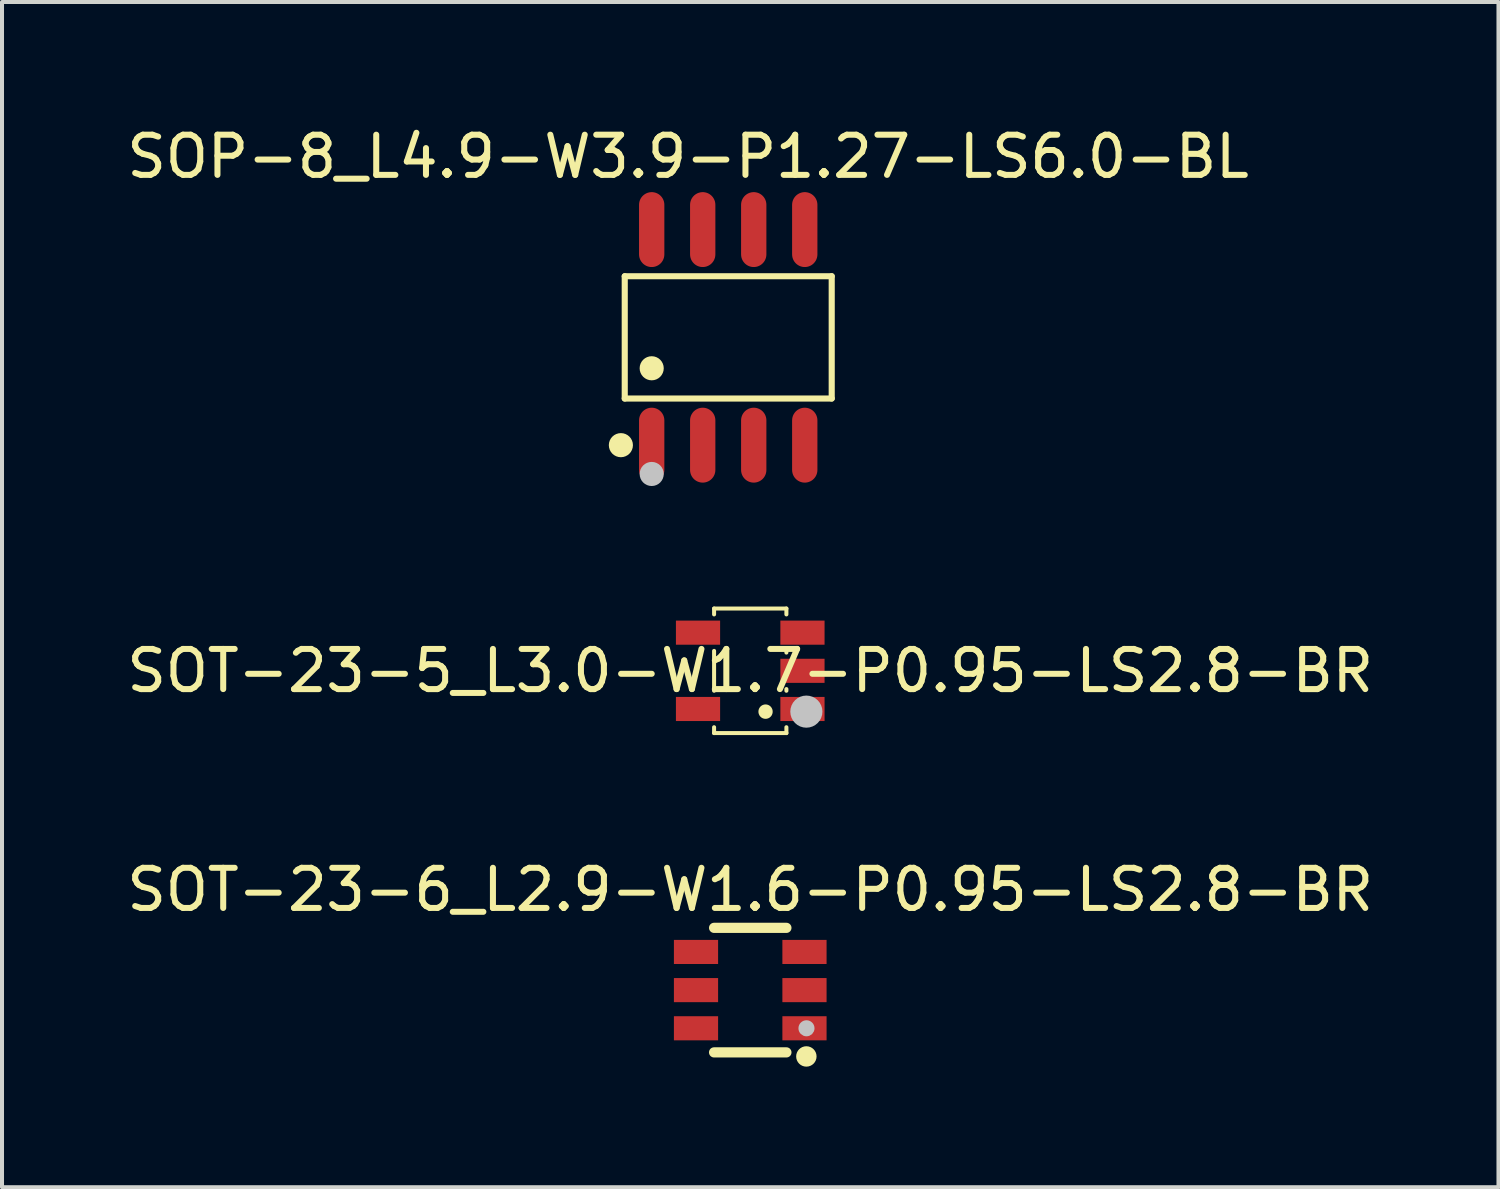
<source format=kicad_pcb>
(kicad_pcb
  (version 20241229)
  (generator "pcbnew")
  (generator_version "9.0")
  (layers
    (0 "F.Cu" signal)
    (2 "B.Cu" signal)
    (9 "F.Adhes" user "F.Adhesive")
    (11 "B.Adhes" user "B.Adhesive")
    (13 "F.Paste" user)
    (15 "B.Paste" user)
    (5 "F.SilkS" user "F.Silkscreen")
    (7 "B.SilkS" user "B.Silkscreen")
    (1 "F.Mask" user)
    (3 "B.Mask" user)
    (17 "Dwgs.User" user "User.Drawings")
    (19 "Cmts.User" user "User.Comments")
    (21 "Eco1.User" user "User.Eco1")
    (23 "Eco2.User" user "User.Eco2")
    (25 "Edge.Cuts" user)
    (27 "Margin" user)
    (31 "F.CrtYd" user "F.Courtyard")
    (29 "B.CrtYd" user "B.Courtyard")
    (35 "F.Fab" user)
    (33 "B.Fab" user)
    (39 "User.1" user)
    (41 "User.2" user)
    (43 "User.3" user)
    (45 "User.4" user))
  (footprint "SOT-23-5_L3.0-W1.7-P0.95-LS2.8-BR"
    (layer "F.Cu")
    (at 15.625 13.648)
    (property "Reference" "SOT-23-5_L3.0-W1.7-P0.95-LS2.8-BR" (at 0 0 0) (layer "F.SilkS") (effects (font (size 1 1) (thickness 0.15))))
    (fp_line (start -0.9 -1.55) (end -0.9 -1.404) (stroke (width 0.1) (type default)) (layer "F.SilkS"))
    (fp_line (start -0.9 -1.55) (end 0.9 -1.55) (stroke (width 0.1) (type default)) (layer "F.SilkS"))
    (fp_line (start -0.9 -0.496) (end -0.9 0.496) (stroke (width 0.1) (type default)) (layer "F.SilkS"))
    (fp_line (start -0.9 1.404) (end -0.9 1.55) (stroke (width 0.1) (type default)) (layer "F.SilkS"))
    (fp_line (start -0.9 1.55) (end 0.9 1.55) (stroke (width 0.1) (type default)) (layer "F.SilkS"))
    (fp_line (start 0.9 -1.55) (end 0.9 -1.404) (stroke (width 0.1) (type default)) (layer "F.SilkS"))
    (fp_line (start 0.9 -0.496) (end 0.9 -0.454) (stroke (width 0.1) (type default)) (layer "F.SilkS"))
    (fp_line (start 0.9 0.454) (end 0.9 0.496) (stroke (width 0.1) (type default)) (layer "F.SilkS"))
    (fp_line (start 0.9 1.404) (end 0.9 1.55) (stroke (width 0.1) (type default)) (layer "F.SilkS"))
    (fp_poly (pts (arc (start 0.204 1.016) (mid 0.381 0.836989) (end 0.558 1.016)) (arc (start 0.558 1.016) (mid 0.381 1.195011) (end 0.204 1.016))) (stroke (width 0) (type default)) (fill yes) (layer "F.SilkS"))
    (fp_circle (center 1.397 1.016) (end 1.597 1.016) (stroke (width 0.4) (type default)) (fill no) (layer "Dwgs.User"))
    (fp_poly (pts (xy -1.4 -0.75) (xy -1.4 -1.15) (xy -0.95 -1.15) (xy -0.95 -0.75)) (stroke (width 0.1) (type default)) (fill no) (layer "User.1"))
    (fp_poly (pts (xy -1.4 1.15) (xy -1.4 0.75) (xy -0.95 0.75) (xy -0.95 1.15)) (stroke (width 0.1) (type default)) (fill no) (layer "User.1"))
    (fp_poly (pts (xy -0.96 -0.75) (xy -0.96 -1.15) (xy -0.79 -1.15) (xy -0.79 -0.75)) (stroke (width 0.1) (type default)) (fill no) (layer "User.1"))
    (fp_poly (pts (xy -0.96 1.15) (xy -0.96 0.75) (xy -0.79 0.75) (xy -0.79 1.15)) (stroke (width 0.1) (type default)) (fill no) (layer "User.1"))
    (fp_poly (pts (xy 0.79 -0.75) (xy 0.79 -1.15) (xy 0.96 -1.15) (xy 0.96 -0.75)) (stroke (width 0.1) (type default)) (fill no) (layer "User.1"))
    (fp_poly (pts (xy 0.79 0.2) (xy 0.79 -0.2) (xy 0.96 -0.2) (xy 0.96 0.2)) (stroke (width 0.1) (type default)) (fill no) (layer "User.1"))
    (fp_poly (pts (xy 0.79 1.15) (xy 0.79 0.75) (xy 0.96 0.75) (xy 0.96 1.15)) (stroke (width 0.1) (type default)) (fill no) (layer "User.1"))
    (fp_poly (pts (xy 0.95 -0.75) (xy 0.95 -1.15) (xy 1.4 -1.15) (xy 1.4 -0.75)) (stroke (width 0.1) (type default)) (fill no) (layer "User.1"))
    (fp_poly (pts (xy 0.95 0.2) (xy 0.95 -0.2) (xy 1.4 -0.2) (xy 1.4 0.2)) (stroke (width 0.1) (type default)) (fill no) (layer "User.1"))
    (fp_poly (pts (xy 0.95 1.15) (xy 0.95 0.75) (xy 1.4 0.75) (xy 1.4 1.15)) (stroke (width 0.1) (type default)) (fill no) (layer "User.1"))
    (fp_line (start -0.8 -1.45) (end 0.8 -1.45) (stroke (width 0.051) (type default)) (layer "User.2"))
    (fp_line (start -0.8 1.45) (end -0.8 -1.45) (stroke (width 0.051) (type default)) (layer "User.2"))
    (fp_line (start 0.8 -1.45) (end 0.8 1.45) (stroke (width 0.051) (type default)) (layer "User.2"))
    (fp_line (start 0.8 1.45) (end -0.8 1.45) (stroke (width 0.051) (type default)) (layer "User.2"))
    (fp_poly (pts (xy 1.46 1.45) (xy 1.442 1.408) (xy 1.4 1.39) (xy 1.358 1.408) (xy 1.34 1.45) (xy 1.358 1.492) (xy 1.4 1.51) (xy 1.442 1.492)) (stroke (width 0.1) (type default)) (fill no) (layer "User.3"))
    (pad "1" smd rect (at 1.3 0.95) (size 1.1 0.6) (layers "F.Cu" "F.Mask" "F.Paste"))
    (pad "2" smd rect (at 1.3 0) (size 1.1 0.6) (layers "F.Cu" "F.Mask" "F.Paste"))
    (pad "3" smd rect (at 1.3 -0.95) (size 1.1 0.6) (layers "F.Cu" "F.Mask" "F.Paste"))
    (pad "4" smd rect (at -1.3 -0.95) (size 1.1 0.6) (layers "F.Cu" "F.Mask" "F.Paste"))
    (pad "5" smd rect (at -1.3 0.95) (size 1.1 0.6) (layers "F.Cu" "F.Mask" "F.Paste")))
  (footprint "SOP-8_L4.9-W3.9-P1.27-LS6.0-BL"
    (layer "F.Cu")
    (at 15.077 5.348)
    (property "Reference" "SOP-8_L4.9-W3.9-P1.27-LS6.0-BL" (at -1 -4.5 0) (layer "F.SilkS") (effects (font (size 1 1) (thickness 0.15))))
    (fp_line (start -2.576 -1.522) (end 2.576 -1.522) (stroke (width 0.152) (type default)) (layer "F.SilkS"))
    (fp_line (start -2.576 1.522) (end -2.576 -1.522) (stroke (width 0.152) (type default)) (layer "F.SilkS"))
    (fp_line (start 2.576 -1.522) (end 2.576 1.522) (stroke (width 0.152) (type default)) (layer "F.SilkS"))
    (fp_line (start 2.576 1.522) (end -2.576 1.522) (stroke (width 0.152) (type default)) (layer "F.SilkS"))
    (fp_circle (center -2.672 2.683) (end -2.522 2.683) (stroke (width 0.3) (type default)) (fill no) (layer "F.SilkS"))
    (fp_circle (center -1.905 0.769) (end -1.755 0.769) (stroke (width 0.3) (type default)) (fill no) (layer "F.SilkS"))
    (fp_circle (center -1.905 3.4) (end -1.755 3.4) (stroke (width 0.3) (type default)) (fill no) (layer "Dwgs.User"))
    (fp_poly (pts (xy -2.115 -2.165) (xy -2.115 -3) (xy -1.695 -3) (xy -1.695 -2.165)) (stroke (width 0.1) (type default)) (fill no) (layer "User.1"))
    (fp_poly (pts (xy -2.115 -1.94) (xy -2.115 -2.175) (xy -1.695 -2.175) (xy -1.695 -1.94)) (stroke (width 0.1) (type default)) (fill no) (layer "User.1"))
    (fp_poly (pts (xy -2.115 2.175) (xy -2.115 1.94) (xy -1.695 1.94) (xy -1.695 2.175)) (stroke (width 0.1) (type default)) (fill no) (layer "User.1"))
    (fp_poly (pts (xy -2.115 3) (xy -2.115 2.165) (xy -1.695 2.165) (xy -1.695 3)) (stroke (width 0.1) (type default)) (fill no) (layer "User.1"))
    (fp_poly (pts (xy -0.845 -2.165) (xy -0.845 -3) (xy -0.425 -3) (xy -0.425 -2.165)) (stroke (width 0.1) (type default)) (fill no) (layer "User.1"))
    (fp_poly (pts (xy -0.845 -1.94) (xy -0.845 -2.175) (xy -0.425 -2.175) (xy -0.425 -1.94)) (stroke (width 0.1) (type default)) (fill no) (layer "User.1"))
    (fp_poly (pts (xy -0.845 2.175) (xy -0.845 1.94) (xy -0.425 1.94) (xy -0.425 2.175)) (stroke (width 0.1) (type default)) (fill no) (layer "User.1"))
    (fp_poly (pts (xy -0.845 3) (xy -0.845 2.165) (xy -0.425 2.165) (xy -0.425 3)) (stroke (width 0.1) (type default)) (fill no) (layer "User.1"))
    (fp_poly (pts (xy 0.425 -2.165) (xy 0.425 -3) (xy 0.845 -3) (xy 0.845 -2.165)) (stroke (width 0.1) (type default)) (fill no) (layer "User.1"))
    (fp_poly (pts (xy 0.425 -1.94) (xy 0.425 -2.175) (xy 0.845 -2.175) (xy 0.845 -1.94)) (stroke (width 0.1) (type default)) (fill no) (layer "User.1"))
    (fp_poly (pts (xy 0.425 2.175) (xy 0.425 1.94) (xy 0.845 1.94) (xy 0.845 2.175)) (stroke (width 0.1) (type default)) (fill no) (layer "User.1"))
    (fp_poly (pts (xy 0.425 3) (xy 0.425 2.165) (xy 0.845 2.165) (xy 0.845 3)) (stroke (width 0.1) (type default)) (fill no) (layer "User.1"))
    (fp_poly (pts (xy 1.695 -2.165) (xy 1.695 -3) (xy 2.115 -3) (xy 2.115 -2.165)) (stroke (width 0.1) (type default)) (fill no) (layer "User.1"))
    (fp_poly (pts (xy 1.695 -1.94) (xy 1.695 -2.175) (xy 2.115 -2.175) (xy 2.115 -1.94)) (stroke (width 0.1) (type default)) (fill no) (layer "User.1"))
    (fp_poly (pts (xy 1.695 2.175) (xy 1.695 1.94) (xy 2.115 1.94) (xy 2.115 2.175)) (stroke (width 0.1) (type default)) (fill no) (layer "User.1"))
    (fp_poly (pts (xy 1.695 3) (xy 1.695 2.165) (xy 2.115 2.165) (xy 2.115 3)) (stroke (width 0.1) (type default)) (fill no) (layer "User.1"))
    (fp_line (start -2.45 -1.95) (end 2.45 -1.95) (stroke (width 0.051) (type default)) (layer "User.2"))
    (fp_line (start -2.45 1.95) (end -2.45 -1.95) (stroke (width 0.051) (type default)) (layer "User.2"))
    (fp_line (start 2.45 -1.95) (end 2.45 1.95) (stroke (width 0.051) (type default)) (layer "User.2"))
    (fp_line (start 2.45 1.95) (end -2.45 1.95) (stroke (width 0.051) (type default)) (layer "User.2"))
    (fp_poly (pts (xy -2.39 3) (xy -2.408 2.958) (xy -2.45 2.94) (xy -2.492 2.958) (xy -2.51 3) (xy -2.492 3.042) (xy -2.45 3.06) (xy -2.408 3.042)) (stroke (width 0.1) (type default)) (fill no) (layer "User.3"))
    (pad "1" smd oval (at -1.905 2.683) (size 0.63 1.865) (layers "F.Cu" "F.Mask" "F.Paste"))
    (pad "2" smd oval (at -0.635 2.683) (size 0.63 1.865) (layers "F.Cu" "F.Mask" "F.Paste"))
    (pad "3" smd oval (at 0.635 2.683) (size 0.63 1.865) (layers "F.Cu" "F.Mask" "F.Paste"))
    (pad "4" smd oval (at 1.905 2.683) (size 0.63 1.865) (layers "F.Cu" "F.Mask" "F.Paste"))
    (pad "5" smd oval (at 1.905 -2.683) (size 0.63 1.865) (layers "F.Cu" "F.Mask" "F.Paste"))
    (pad "6" smd oval (at 0.635 -2.683) (size 0.63 1.865) (layers "F.Cu" "F.Mask" "F.Paste"))
    (pad "7" smd oval (at -0.635 -2.683) (size 0.63 1.865) (layers "F.Cu" "F.Mask" "F.Paste"))
    (pad "8" smd oval (at -1.905 -2.683) (size 0.63 1.865) (layers "F.Cu" "F.Mask" "F.Paste")))
  (footprint "SOT-23-6_L2.9-W1.6-P0.95-LS2.8-BR"
    (layer "F.Cu")
    (at 15.625 21.596)
    (property "Reference" "SOT-23-6_L2.9-W1.6-P0.95-LS2.8-BR" (at 0 -2.5 0) (layer "F.SilkS") (effects (font (size 1 1) (thickness 0.15))))
    (fp_line (start -0.9 -1.55) (end 0.9 -1.55) (stroke (width 0.254) (type default)) (layer "F.SilkS"))
    (fp_line (start -0.9 1.55) (end 0.9 1.55) (stroke (width 0.254) (type default)) (layer "F.SilkS"))
    (fp_circle (center 1.397 1.651) (end 1.524 1.651) (stroke (width 0.254) (type default)) (fill no) (layer "F.SilkS"))
    (fp_circle (center 1.4 0.95) (end 1.5 0.95) (stroke (width 0.2) (type default)) (fill no) (layer "Dwgs.User"))
    (fp_poly (pts (xy -0.935 -0.735) (xy -0.935 -1.165) (xy -0.79 -1.165) (xy -0.79 -0.735)) (stroke (width 0.1) (type default)) (fill no) (layer "User.1"))
    (fp_poly (pts (xy -0.935 0.215) (xy -0.935 -0.215) (xy -0.79 -0.215) (xy -0.79 0.215)) (stroke (width 0.1) (type default)) (fill no) (layer "User.1"))
    (fp_poly (pts (xy -0.935 1.165) (xy -0.935 0.735) (xy -0.79 0.735) (xy -0.79 1.165)) (stroke (width 0.1) (type default)) (fill no) (layer "User.1"))
    (fp_poly (pts (xy -0.925 -0.735) (xy -0.925 -1.165) (xy -1.4 -1.165) (xy -1.4 -0.735)) (stroke (width 0.1) (type default)) (fill no) (layer "User.1"))
    (fp_poly (pts (xy -0.925 0.215) (xy -0.925 -0.215) (xy -1.4 -0.215) (xy -1.4 0.215)) (stroke (width 0.1) (type default)) (fill no) (layer "User.1"))
    (fp_poly (pts (xy -0.925 1.165) (xy -0.925 0.735) (xy -1.4 0.735) (xy -1.4 1.165)) (stroke (width 0.1) (type default)) (fill no) (layer "User.1"))
    (fp_poly (pts (xy 0.925 -0.735) (xy 0.925 -1.165) (xy 1.4 -1.165) (xy 1.4 -0.735)) (stroke (width 0.1) (type default)) (fill no) (layer "User.1"))
    (fp_poly (pts (xy 0.925 0.215) (xy 0.925 -0.215) (xy 1.4 -0.215) (xy 1.4 0.215)) (stroke (width 0.1) (type default)) (fill no) (layer "User.1"))
    (fp_poly (pts (xy 0.925 1.165) (xy 0.925 0.735) (xy 1.4 0.735) (xy 1.4 1.165)) (stroke (width 0.1) (type default)) (fill no) (layer "User.1"))
    (fp_poly (pts (xy 0.935 -1.165) (xy 0.935 -0.735) (xy 0.79 -0.735) (xy 0.79 -1.165)) (stroke (width 0.1) (type default)) (fill no) (layer "User.1"))
    (fp_poly (pts (xy 0.935 -0.215) (xy 0.935 0.215) (xy 0.79 0.215) (xy 0.79 -0.215)) (stroke (width 0.1) (type default)) (fill no) (layer "User.1"))
    (fp_poly (pts (xy 0.935 0.735) (xy 0.935 1.165) (xy 0.79 1.165) (xy 0.79 0.735)) (stroke (width 0.1) (type default)) (fill no) (layer "User.1"))
    (fp_line (start -0.8 -1.45) (end 0.8 -1.45) (stroke (width 0.051) (type default)) (layer "User.2"))
    (fp_line (start -0.8 1.45) (end -0.8 -1.45) (stroke (width 0.051) (type default)) (layer "User.2"))
    (fp_line (start 0.8 -1.45) (end 0.8 1.45) (stroke (width 0.051) (type default)) (layer "User.2"))
    (fp_line (start 0.8 1.45) (end -0.8 1.45) (stroke (width 0.051) (type default)) (layer "User.2"))
    (fp_poly (pts (xy 1.46 1.45) (xy 1.442 1.408) (xy 1.4 1.39) (xy 1.358 1.408) (xy 1.34 1.45) (xy 1.358 1.492) (xy 1.4 1.51) (xy 1.442 1.492)) (stroke (width 0.1) (type default)) (fill no) (layer "User.3"))
    (pad "1" smd rect (at 1.35 0.95) (size 1.1 0.6) (layers "F.Cu" "F.Mask" "F.Paste"))
    (pad "2" smd rect (at 1.35 0) (size 1.1 0.6) (layers "F.Cu" "F.Mask" "F.Paste"))
    (pad "3" smd rect (at 1.35 -0.95) (size 1.1 0.6) (layers "F.Cu" "F.Mask" "F.Paste"))
    (pad "4" smd rect (at -1.35 -0.95) (size 1.1 0.6) (layers "F.Cu" "F.Mask" "F.Paste"))
    (pad "5" smd rect (at -1.35 0) (size 1.1 0.6) (layers "F.Cu" "F.Mask" "F.Paste"))
    (pad "6" smd rect (at -1.35 0.95) (size 1.1 0.6) (layers "F.Cu" "F.Mask" "F.Paste")))
  (gr_rect
    (start -3 -3)
    (end 34.25 26.502)
    (stroke (width 0.1) (type default))
    (fill no)
    (layer "Edge.Cuts")))
</source>
